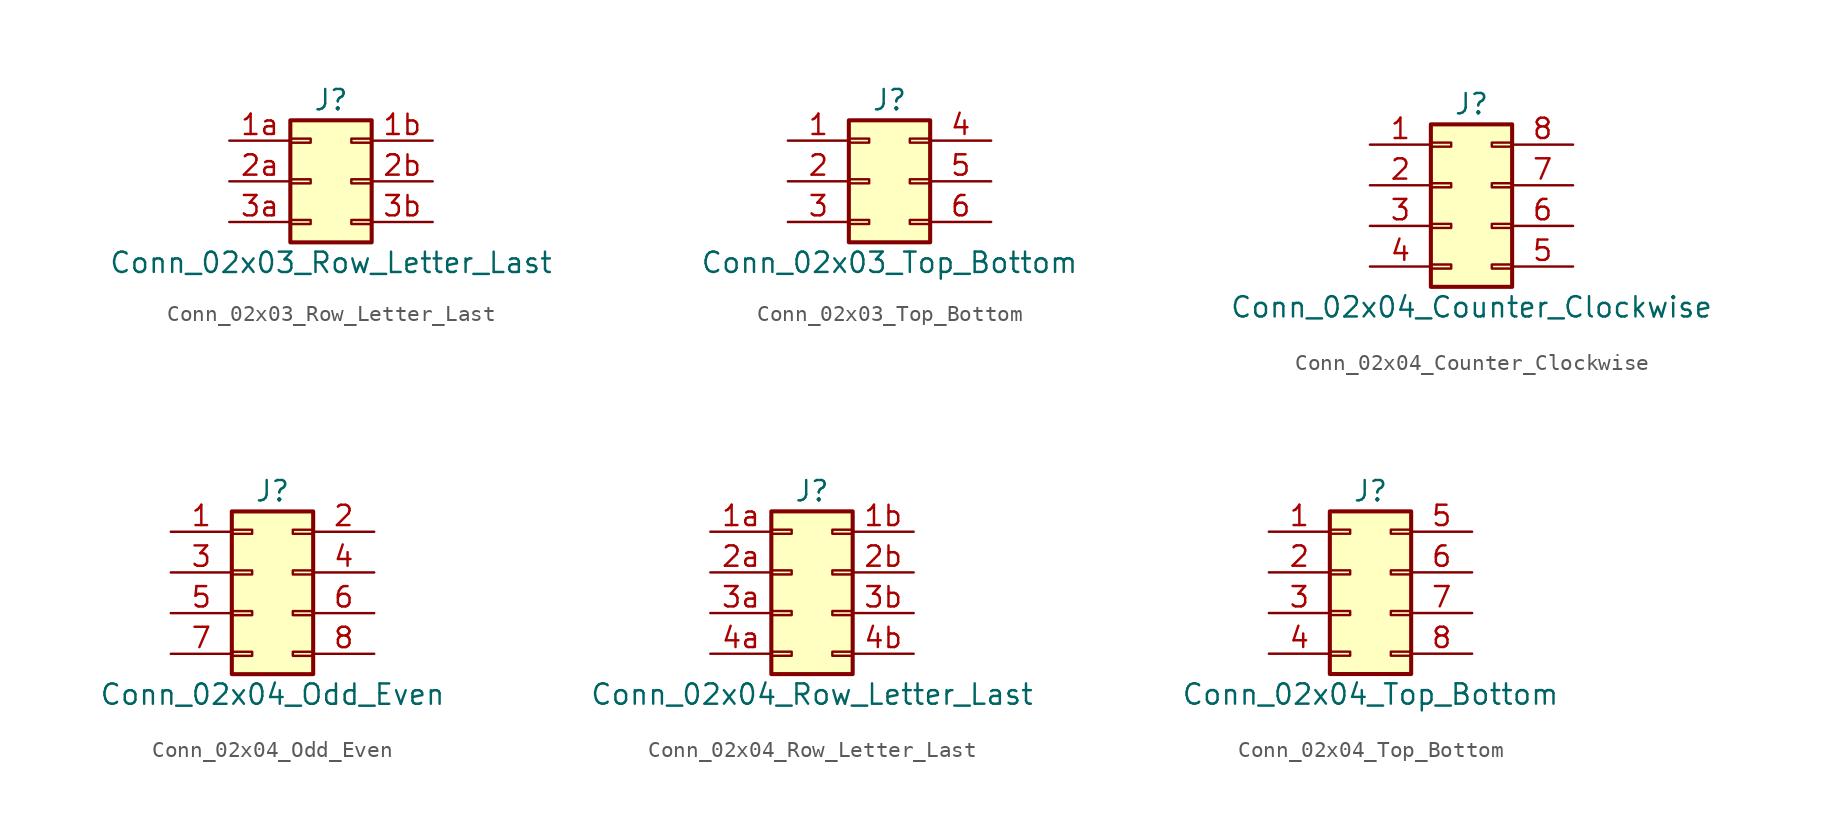
<source format=kicad_sym>
(kicad_symbol_lib
  (version 20201005)
  (generator kicad_symbol_editor)
  (symbol "Conn_02x03_Row_Letter_Last"
    (pin_names
      (offset 1.016) hide)
    (property "Reference" "J"
      (at 1.27 5.08 0)
      (effects (font (size 1.27 1.27))))
    (property "Value" "Conn_02x03_Row_Letter_Last"
      (at 1.27 -5.08 0)
      (effects (font (size 1.27 1.27))))
    (symbol "Conn_02x03_Row_Letter_Last_1_1"
      (rectangle (start -1.27 -2.413) (end 0 -2.667) (stroke (width 0.152)) (fill (type none)))
      (rectangle (start -1.27 0.127) (end 0 -0.127) (stroke (width 0.152)) (fill (type none)))
      (rectangle (start -1.27 2.667) (end 0 2.413) (stroke (width 0.152)) (fill (type none)))
      (rectangle (start -1.27 3.81) (end 3.81 -3.81) (stroke (width 0.254)) (fill (type background)))
      (rectangle (start 3.81 -2.413) (end 2.54 -2.667) (stroke (width 0.152)) (fill (type none)))
      (rectangle (start 3.81 0.127) (end 2.54 -0.127) (stroke (width 0.152)) (fill (type none)))
      (rectangle (start 3.81 2.667) (end 2.54 2.413) (stroke (width 0.152)) (fill (type none)))
      (pin passive line (at -5.08 2.54 0) (length 3.81) (name "Pin_1a" (effects (font (size 1.27 1.27)))) (number "1a" (effects (font (size 1.27 1.27)))))
      (pin passive line (at 7.62 2.54 180) (length 3.81) (name "Pin_1b" (effects (font (size 1.27 1.27)))) (number "1b" (effects (font (size 1.27 1.27)))))
      (pin passive line (at -5.08 0 0) (length 3.81) (name "Pin_2a" (effects (font (size 1.27 1.27)))) (number "2a" (effects (font (size 1.27 1.27)))))
      (pin passive line (at 7.62 0 180) (length 3.81) (name "Pin_2b" (effects (font (size 1.27 1.27)))) (number "2b" (effects (font (size 1.27 1.27)))))
      (pin passive line (at -5.08 -2.54 0) (length 3.81) (name "Pin_3a" (effects (font (size 1.27 1.27)))) (number "3a" (effects (font (size 1.27 1.27)))))
      (pin passive line (at 7.62 -2.54 180) (length 3.81) (name "Pin_3b" (effects (font (size 1.27 1.27)))) (number "3b" (effects (font (size 1.27 1.27)))))))
  (symbol "Conn_02x03_Top_Bottom"
    (pin_names
      (offset 1.016) hide)
    (property "Reference" "J"
      (at 1.27 5.08 0)
      (effects (font (size 1.27 1.27))))
    (property "Value" "Conn_02x03_Top_Bottom"
      (at 1.27 -5.08 0)
      (effects (font (size 1.27 1.27))))
    (symbol "Conn_02x03_Top_Bottom_1_1"
      (rectangle (start -1.27 -2.413) (end 0 -2.667) (stroke (width 0.152)) (fill (type none)))
      (rectangle (start -1.27 0.127) (end 0 -0.127) (stroke (width 0.152)) (fill (type none)))
      (rectangle (start -1.27 2.667) (end 0 2.413) (stroke (width 0.152)) (fill (type none)))
      (rectangle (start -1.27 3.81) (end 3.81 -3.81) (stroke (width 0.254)) (fill (type background)))
      (rectangle (start 3.81 -2.413) (end 2.54 -2.667) (stroke (width 0.152)) (fill (type none)))
      (rectangle (start 3.81 0.127) (end 2.54 -0.127) (stroke (width 0.152)) (fill (type none)))
      (rectangle (start 3.81 2.667) (end 2.54 2.413) (stroke (width 0.152)) (fill (type none)))
      (pin passive line (at -5.08 2.54 0) (length 3.81) (name "Pin_1" (effects (font (size 1.27 1.27)))) (number "1" (effects (font (size 1.27 1.27)))))
      (pin passive line (at -5.08 0 0) (length 3.81) (name "Pin_2" (effects (font (size 1.27 1.27)))) (number "2" (effects (font (size 1.27 1.27)))))
      (pin passive line (at -5.08 -2.54 0) (length 3.81) (name "Pin_3" (effects (font (size 1.27 1.27)))) (number "3" (effects (font (size 1.27 1.27)))))
      (pin passive line (at 7.62 2.54 180) (length 3.81) (name "Pin_4" (effects (font (size 1.27 1.27)))) (number "4" (effects (font (size 1.27 1.27)))))
      (pin passive line (at 7.62 0 180) (length 3.81) (name "Pin_5" (effects (font (size 1.27 1.27)))) (number "5" (effects (font (size 1.27 1.27)))))
      (pin passive line (at 7.62 -2.54 180) (length 3.81) (name "Pin_6" (effects (font (size 1.27 1.27)))) (number "6" (effects (font (size 1.27 1.27)))))))
  (symbol "Conn_02x04_Counter_Clockwise"
    (pin_names
      (offset 1.016) hide)
    (property "Reference" "J"
      (at 1.27 5.08 0)
      (effects (font (size 1.27 1.27))))
    (property "Value" "Conn_02x04_Counter_Clockwise"
      (at 1.27 -7.62 0)
      (effects (font (size 1.27 1.27))))
    (symbol "Conn_02x04_Counter_Clockwise_1_1"
      (rectangle (start -1.27 -4.953) (end 0 -5.207) (stroke (width 0.152)) (fill (type none)))
      (rectangle (start -1.27 -2.413) (end 0 -2.667) (stroke (width 0.152)) (fill (type none)))
      (rectangle (start -1.27 0.127) (end 0 -0.127) (stroke (width 0.152)) (fill (type none)))
      (rectangle (start -1.27 2.667) (end 0 2.413) (stroke (width 0.152)) (fill (type none)))
      (rectangle (start -1.27 3.81) (end 3.81 -6.35) (stroke (width 0.254)) (fill (type background)))
      (rectangle (start 3.81 -4.953) (end 2.54 -5.207) (stroke (width 0.152)) (fill (type none)))
      (rectangle (start 3.81 -2.413) (end 2.54 -2.667) (stroke (width 0.152)) (fill (type none)))
      (rectangle (start 3.81 0.127) (end 2.54 -0.127) (stroke (width 0.152)) (fill (type none)))
      (rectangle (start 3.81 2.667) (end 2.54 2.413) (stroke (width 0.152)) (fill (type none)))
      (pin passive line (at -5.08 2.54 0) (length 3.81) (name "Pin_1" (effects (font (size 1.27 1.27)))) (number "1" (effects (font (size 1.27 1.27)))))
      (pin passive line (at -5.08 0 0) (length 3.81) (name "Pin_2" (effects (font (size 1.27 1.27)))) (number "2" (effects (font (size 1.27 1.27)))))
      (pin passive line (at -5.08 -2.54 0) (length 3.81) (name "Pin_3" (effects (font (size 1.27 1.27)))) (number "3" (effects (font (size 1.27 1.27)))))
      (pin passive line (at -5.08 -5.08 0) (length 3.81) (name "Pin_4" (effects (font (size 1.27 1.27)))) (number "4" (effects (font (size 1.27 1.27)))))
      (pin passive line (at 7.62 -5.08 180) (length 3.81) (name "Pin_5" (effects (font (size 1.27 1.27)))) (number "5" (effects (font (size 1.27 1.27)))))
      (pin passive line (at 7.62 -2.54 180) (length 3.81) (name "Pin_6" (effects (font (size 1.27 1.27)))) (number "6" (effects (font (size 1.27 1.27)))))
      (pin passive line (at 7.62 0 180) (length 3.81) (name "Pin_7" (effects (font (size 1.27 1.27)))) (number "7" (effects (font (size 1.27 1.27)))))
      (pin passive line (at 7.62 2.54 180) (length 3.81) (name "Pin_8" (effects (font (size 1.27 1.27)))) (number "8" (effects (font (size 1.27 1.27)))))))
  (symbol "Conn_02x04_Odd_Even"
    (pin_names
      (offset 1.016) hide)
    (property "Reference" "J"
      (at 1.27 5.08 0)
      (effects (font (size 1.27 1.27))))
    (property "Value" "Conn_02x04_Odd_Even"
      (at 1.27 -7.62 0)
      (effects (font (size 1.27 1.27))))
    (symbol "Conn_02x04_Odd_Even_1_1"
      (rectangle (start -1.27 -4.953) (end 0 -5.207) (stroke (width 0.152)) (fill (type none)))
      (rectangle (start -1.27 -2.413) (end 0 -2.667) (stroke (width 0.152)) (fill (type none)))
      (rectangle (start -1.27 0.127) (end 0 -0.127) (stroke (width 0.152)) (fill (type none)))
      (rectangle (start -1.27 2.667) (end 0 2.413) (stroke (width 0.152)) (fill (type none)))
      (rectangle (start -1.27 3.81) (end 3.81 -6.35) (stroke (width 0.254)) (fill (type background)))
      (rectangle (start 3.81 -4.953) (end 2.54 -5.207) (stroke (width 0.152)) (fill (type none)))
      (rectangle (start 3.81 -2.413) (end 2.54 -2.667) (stroke (width 0.152)) (fill (type none)))
      (rectangle (start 3.81 0.127) (end 2.54 -0.127) (stroke (width 0.152)) (fill (type none)))
      (rectangle (start 3.81 2.667) (end 2.54 2.413) (stroke (width 0.152)) (fill (type none)))
      (pin passive line (at -5.08 2.54 0) (length 3.81) (name "Pin_1" (effects (font (size 1.27 1.27)))) (number "1" (effects (font (size 1.27 1.27)))))
      (pin passive line (at 7.62 2.54 180) (length 3.81) (name "Pin_2" (effects (font (size 1.27 1.27)))) (number "2" (effects (font (size 1.27 1.27)))))
      (pin passive line (at -5.08 0 0) (length 3.81) (name "Pin_3" (effects (font (size 1.27 1.27)))) (number "3" (effects (font (size 1.27 1.27)))))
      (pin passive line (at 7.62 0 180) (length 3.81) (name "Pin_4" (effects (font (size 1.27 1.27)))) (number "4" (effects (font (size 1.27 1.27)))))
      (pin passive line (at -5.08 -2.54 0) (length 3.81) (name "Pin_5" (effects (font (size 1.27 1.27)))) (number "5" (effects (font (size 1.27 1.27)))))
      (pin passive line (at 7.62 -2.54 180) (length 3.81) (name "Pin_6" (effects (font (size 1.27 1.27)))) (number "6" (effects (font (size 1.27 1.27)))))
      (pin passive line (at -5.08 -5.08 0) (length 3.81) (name "Pin_7" (effects (font (size 1.27 1.27)))) (number "7" (effects (font (size 1.27 1.27)))))
      (pin passive line (at 7.62 -5.08 180) (length 3.81) (name "Pin_8" (effects (font (size 1.27 1.27)))) (number "8" (effects (font (size 1.27 1.27)))))))
  (symbol "Conn_02x04_Row_Letter_Last"
    (pin_names
      (offset 1.016) hide)
    (property "Reference" "J"
      (at 1.27 5.08 0)
      (effects (font (size 1.27 1.27))))
    (property "Value" "Conn_02x04_Row_Letter_Last"
      (at 1.27 -7.62 0)
      (effects (font (size 1.27 1.27))))
    (symbol "Conn_02x04_Row_Letter_Last_1_1"
      (rectangle (start -1.27 -4.953) (end 0 -5.207) (stroke (width 0.152)) (fill (type none)))
      (rectangle (start -1.27 -2.413) (end 0 -2.667) (stroke (width 0.152)) (fill (type none)))
      (rectangle (start -1.27 0.127) (end 0 -0.127) (stroke (width 0.152)) (fill (type none)))
      (rectangle (start -1.27 2.667) (end 0 2.413) (stroke (width 0.152)) (fill (type none)))
      (rectangle (start -1.27 3.81) (end 3.81 -6.35) (stroke (width 0.254)) (fill (type background)))
      (rectangle (start 3.81 -4.953) (end 2.54 -5.207) (stroke (width 0.152)) (fill (type none)))
      (rectangle (start 3.81 -2.413) (end 2.54 -2.667) (stroke (width 0.152)) (fill (type none)))
      (rectangle (start 3.81 0.127) (end 2.54 -0.127) (stroke (width 0.152)) (fill (type none)))
      (rectangle (start 3.81 2.667) (end 2.54 2.413) (stroke (width 0.152)) (fill (type none)))
      (pin passive line (at -5.08 2.54 0) (length 3.81) (name "Pin_1a" (effects (font (size 1.27 1.27)))) (number "1a" (effects (font (size 1.27 1.27)))))
      (pin passive line (at 7.62 2.54 180) (length 3.81) (name "Pin_1b" (effects (font (size 1.27 1.27)))) (number "1b" (effects (font (size 1.27 1.27)))))
      (pin passive line (at -5.08 0 0) (length 3.81) (name "Pin_2a" (effects (font (size 1.27 1.27)))) (number "2a" (effects (font (size 1.27 1.27)))))
      (pin passive line (at 7.62 0 180) (length 3.81) (name "Pin_2b" (effects (font (size 1.27 1.27)))) (number "2b" (effects (font (size 1.27 1.27)))))
      (pin passive line (at -5.08 -2.54 0) (length 3.81) (name "Pin_3a" (effects (font (size 1.27 1.27)))) (number "3a" (effects (font (size 1.27 1.27)))))
      (pin passive line (at 7.62 -2.54 180) (length 3.81) (name "Pin_3b" (effects (font (size 1.27 1.27)))) (number "3b" (effects (font (size 1.27 1.27)))))
      (pin passive line (at -5.08 -5.08 0) (length 3.81) (name "Pin_4a" (effects (font (size 1.27 1.27)))) (number "4a" (effects (font (size 1.27 1.27)))))
      (pin passive line (at 7.62 -5.08 180) (length 3.81) (name "Pin_4b" (effects (font (size 1.27 1.27)))) (number "4b" (effects (font (size 1.27 1.27)))))))
  (symbol "Conn_02x04_Top_Bottom"
    (pin_names
      (offset 1.016) hide)
    (property "Reference" "J"
      (at 1.27 5.08 0)
      (effects (font (size 1.27 1.27))))
    (property "Value" "Conn_02x04_Top_Bottom"
      (at 1.27 -7.62 0)
      (effects (font (size 1.27 1.27))))
    (symbol "Conn_02x04_Top_Bottom_1_1"
      (rectangle (start -1.27 -4.953) (end 0 -5.207) (stroke (width 0.152)) (fill (type none)))
      (rectangle (start -1.27 -2.413) (end 0 -2.667) (stroke (width 0.152)) (fill (type none)))
      (rectangle (start -1.27 0.127) (end 0 -0.127) (stroke (width 0.152)) (fill (type none)))
      (rectangle (start -1.27 2.667) (end 0 2.413) (stroke (width 0.152)) (fill (type none)))
      (rectangle (start -1.27 3.81) (end 3.81 -6.35) (stroke (width 0.254)) (fill (type background)))
      (rectangle (start 3.81 -4.953) (end 2.54 -5.207) (stroke (width 0.152)) (fill (type none)))
      (rectangle (start 3.81 -2.413) (end 2.54 -2.667) (stroke (width 0.152)) (fill (type none)))
      (rectangle (start 3.81 0.127) (end 2.54 -0.127) (stroke (width 0.152)) (fill (type none)))
      (rectangle (start 3.81 2.667) (end 2.54 2.413) (stroke (width 0.152)) (fill (type none)))
      (pin passive line (at -5.08 2.54 0) (length 3.81) (name "Pin_1" (effects (font (size 1.27 1.27)))) (number "1" (effects (font (size 1.27 1.27)))))
      (pin passive line (at -5.08 0 0) (length 3.81) (name "Pin_2" (effects (font (size 1.27 1.27)))) (number "2" (effects (font (size 1.27 1.27)))))
      (pin passive line (at -5.08 -2.54 0) (length 3.81) (name "Pin_3" (effects (font (size 1.27 1.27)))) (number "3" (effects (font (size 1.27 1.27)))))
      (pin passive line (at -5.08 -5.08 0) (length 3.81) (name "Pin_4" (effects (font (size 1.27 1.27)))) (number "4" (effects (font (size 1.27 1.27)))))
      (pin passive line (at 7.62 2.54 180) (length 3.81) (name "Pin_5" (effects (font (size 1.27 1.27)))) (number "5" (effects (font (size 1.27 1.27)))))
      (pin passive line (at 7.62 0 180) (length 3.81) (name "Pin_6" (effects (font (size 1.27 1.27)))) (number "6" (effects (font (size 1.27 1.27)))))
      (pin passive line (at 7.62 -2.54 180) (length 3.81) (name "Pin_7" (effects (font (size 1.27 1.27)))) (number "7" (effects (font (size 1.27 1.27)))))
      (pin passive line (at 7.62 -5.08 180) (length 3.81) (name "Pin_8" (effects (font (size 1.27 1.27)))) (number "8" (effects (font (size 1.27 1.27))))))))
</source>
